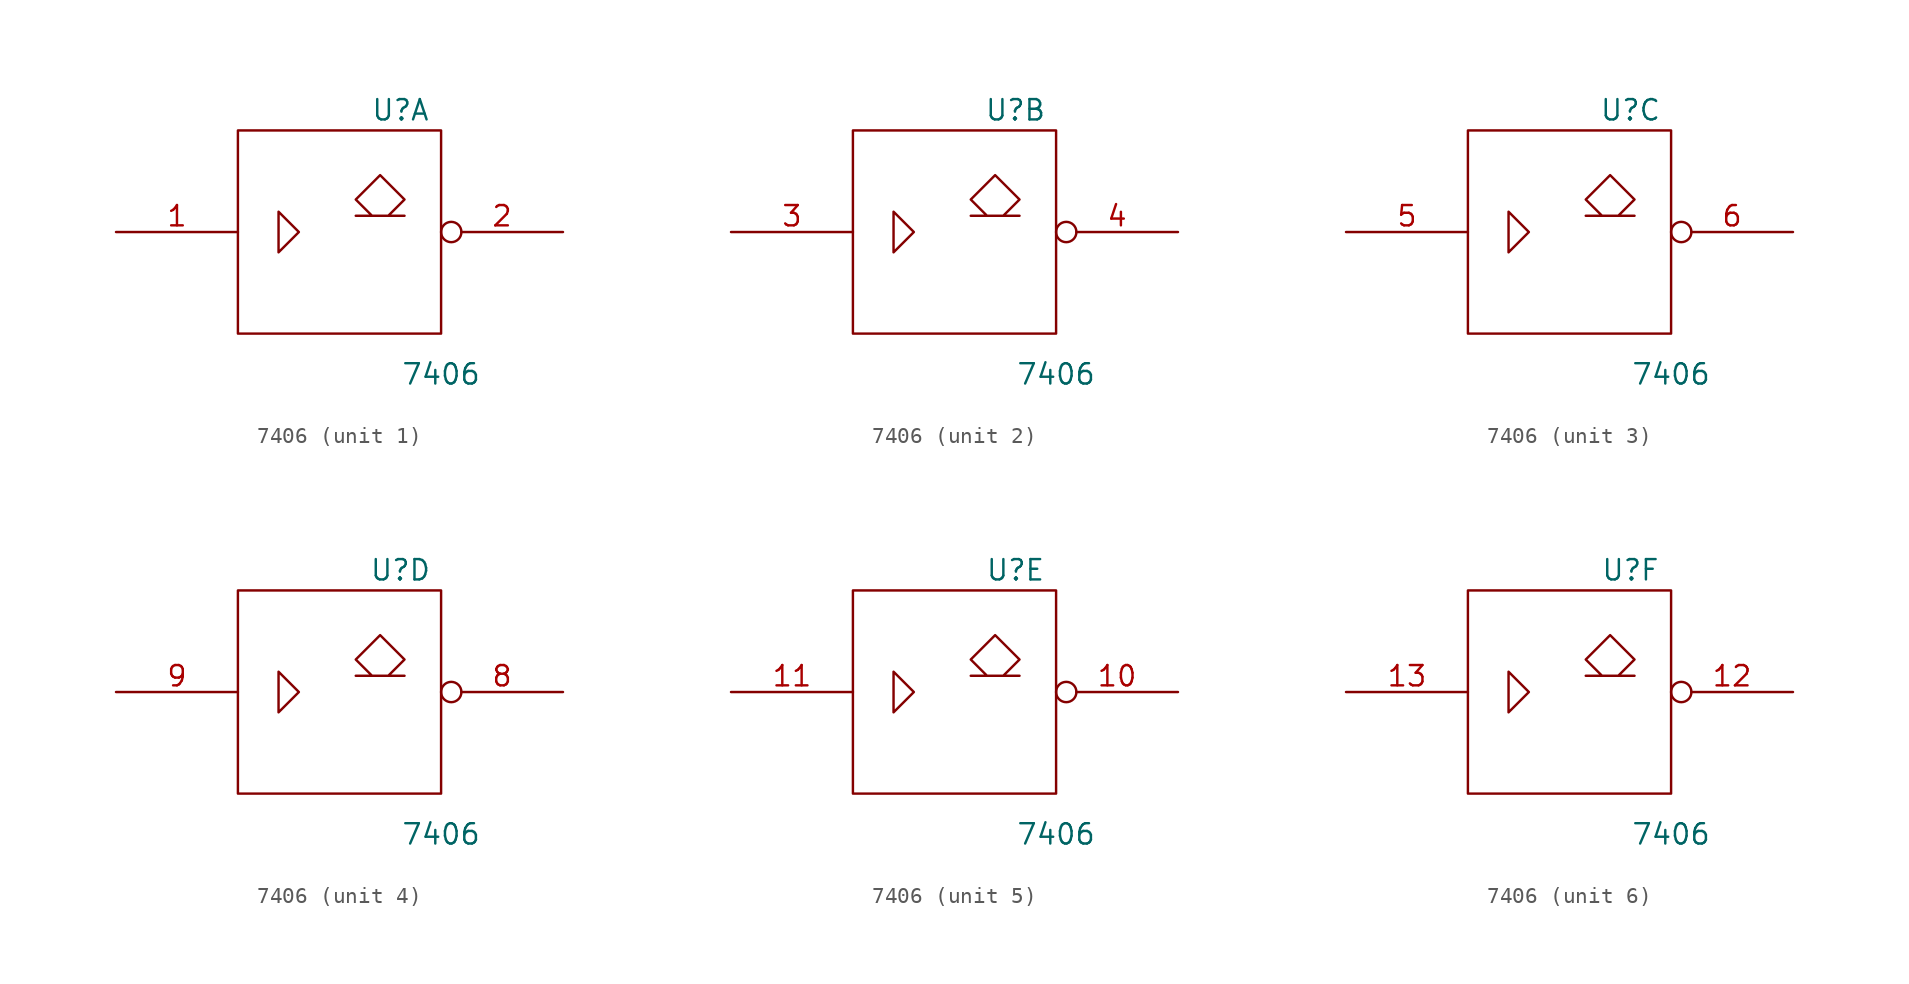
<source format=kicad_sym>
(kicad_symbol_lib
  (version 20200908)
  (generator kicad_symbol_editor)
  (symbol "74xx_IEEE:7406"
    (pin_names
      (offset 0.762))
    (property "Reference" "U"
      (at 3.81 7.62 0)
      (effects (font (size 1.27 1.27))))
    (property "Value" "7406"
      (at 6.35 -8.89 0)
      (effects (font (size 1.27 1.27))))
    (symbol "7406_0_1"
      (rectangle (start -6.35 6.35) (end 6.35 -6.35) (stroke (width 0)) (fill (type none)))
      (pin power_in line (at 0 6.35 270) (length 0) hide (name "Vcc" (effects (font (size 1.27 1.27)))) (number "14" (effects (font (size 1.27 1.27)))))
      (pin power_in line (at 0 -6.35 90) (length 0) hide (name "Gnd" (effects (font (size 1.27 1.27)))) (number "7" (effects (font (size 1.27 1.27))))))
    (symbol "7406_0_0"
      (polyline (pts (xy -3.81 1.27) (xy -3.81 -1.27) (xy -2.54 0) (xy -3.81 1.27) (xy -3.81 1.27)) (stroke (width 0)) (fill (type none)))
      (polyline (pts (xy 3.048 1.016) (xy 4.064 2.032) (xy 2.54 3.556) (xy 1.016 2.032) (xy 2.032 1.016) (xy 1.016 1.016) (xy 4.064 1.016) (xy 4.064 1.016)) (stroke (width 0)) (fill (type none))))
    (symbol "7406_1_1"
      (pin input line (at -13.97 0 0) (length 7.62) (name "~" (effects (font (size 1.27 1.27)))) (number "1" (effects (font (size 1.27 1.27)))))
      (pin open_collector inverted (at 13.97 0 180) (length 7.62) (name "~" (effects (font (size 1.27 1.27)))) (number "2" (effects (font (size 1.27 1.27))))))
    (symbol "7406_2_1"
      (pin input line (at -13.97 0 0) (length 7.62) (name "~" (effects (font (size 1.27 1.27)))) (number "3" (effects (font (size 1.27 1.27)))))
      (pin open_collector inverted (at 13.97 0 180) (length 7.62) (name "~" (effects (font (size 1.27 1.27)))) (number "4" (effects (font (size 1.27 1.27))))))
    (symbol "7406_3_1"
      (pin input line (at -13.97 0 0) (length 7.62) (name "~" (effects (font (size 1.27 1.27)))) (number "5" (effects (font (size 1.27 1.27)))))
      (pin open_collector inverted (at 13.97 0 180) (length 7.62) (name "~" (effects (font (size 1.27 1.27)))) (number "6" (effects (font (size 1.27 1.27))))))
    (symbol "7406_4_1"
      (pin open_collector inverted (at 13.97 0 180) (length 7.62) (name "~" (effects (font (size 1.27 1.27)))) (number "8" (effects (font (size 1.27 1.27)))))
      (pin input line (at -13.97 0 0) (length 7.62) (name "~" (effects (font (size 1.27 1.27)))) (number "9" (effects (font (size 1.27 1.27))))))
    (symbol "7406_5_1"
      (pin open_collector inverted (at 13.97 0 180) (length 7.62) (name "~" (effects (font (size 1.27 1.27)))) (number "10" (effects (font (size 1.27 1.27)))))
      (pin input line (at -13.97 0 0) (length 7.62) (name "~" (effects (font (size 1.27 1.27)))) (number "11" (effects (font (size 1.27 1.27))))))
    (symbol "7406_6_1"
      (pin open_collector inverted (at 13.97 0 180) (length 7.62) (name "~" (effects (font (size 1.27 1.27)))) (number "12" (effects (font (size 1.27 1.27)))))
      (pin input line (at -13.97 0 0) (length 7.62) (name "~" (effects (font (size 1.27 1.27)))) (number "13" (effects (font (size 1.27 1.27))))))))
</source>
